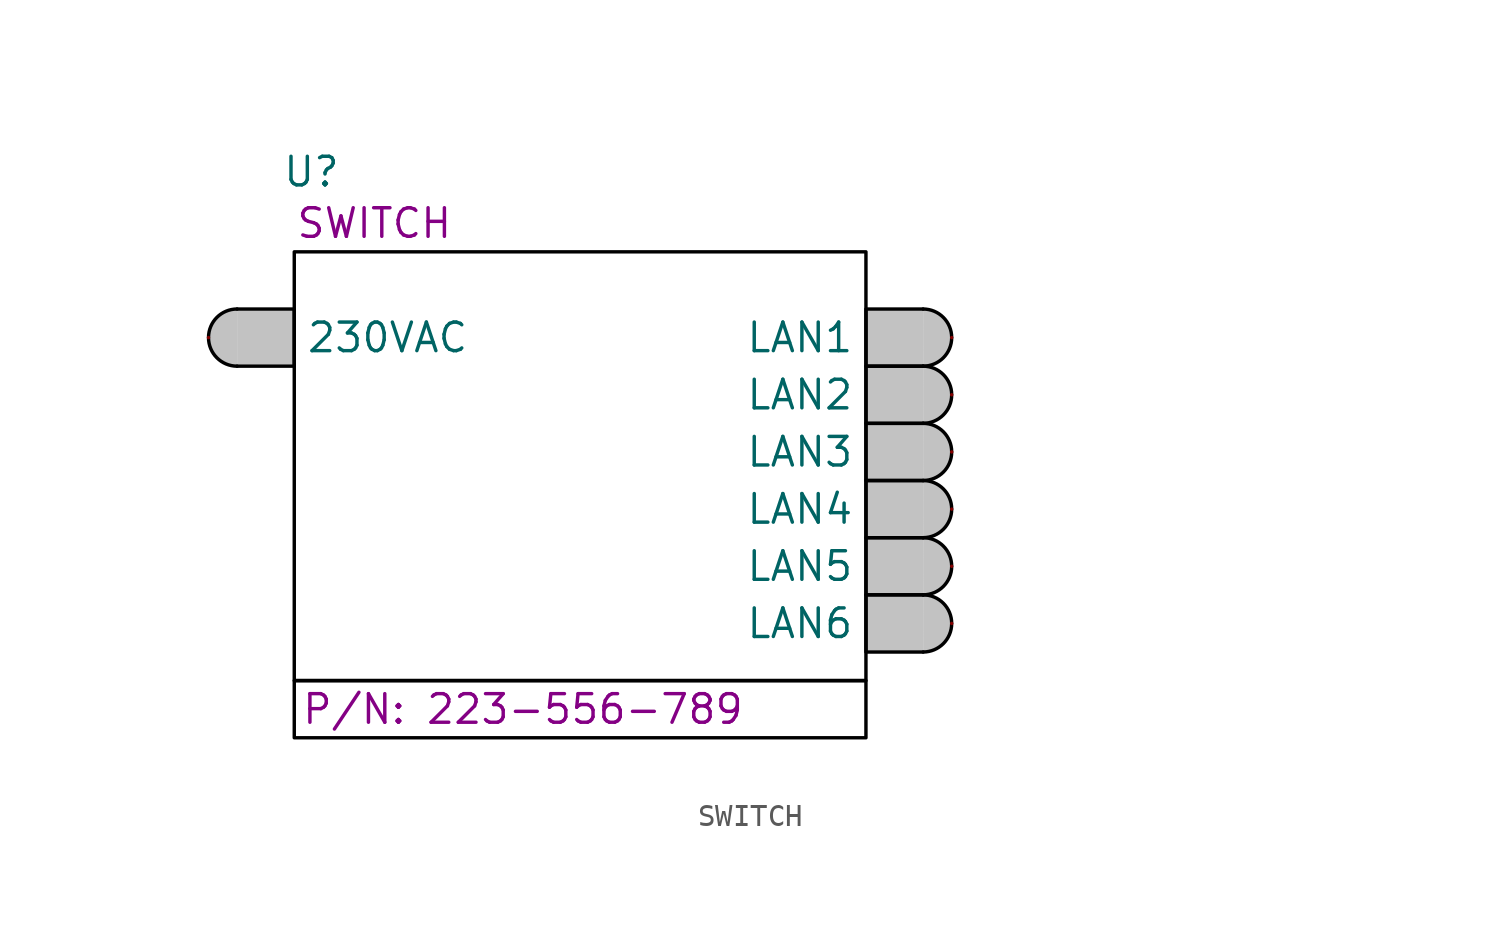
<source format=kicad_sym>
(kicad_symbol_lib
  (version 20231120)
  (generator "kicad_symbol_editor")
  (generator_version "8.0")
  (symbol "SWITCH"
    (pin_numbers hide)
    (pin_names
      (offset 4.318))
    (property "Reference" "U"
      (at -11.938 13.716 0)
      (effects (font (size 1.27 1.27))))
    (property "Value" ""
      (at 31.75 13.97 0)
      (effects (font (size 1.27 1.27))))
    (property "Description" "SWITCH"
      (at -9.144 11.43 0)
      (effects (font (size 1.27 1.27))))
    (property "P/N" "223-556-789"
      (at -2.54 -10.16 0)
      (show_name)
      (effects (font (size 1.27 1.27))))
    (symbol "SWITCH_1_1"
      (arc (start -15.24 7.62) (mid -16.51 6.35) (end -15.24 5.08) (stroke (width 0) (type default) (color 0 0 0 1)) (fill (type color) (color 194 194 194 1)))
      (rectangle (start -12.7 -8.89) (end 12.7 -11.43) (stroke (width 0) (type default) (color 0 0 0 1)) (fill (type none)))
      (rectangle (start -12.7 10.16) (end 12.7 -8.89) (stroke (width 0) (type default) (color 0 0 0 1)) (fill (type none)))
      (polyline (pts (xy -15.24 5.08) (xy -12.7 5.08) (xy -12.7 7.62) (xy -15.24 7.62)) (stroke (width 0) (type default) (color 0 0 0 1)) (fill (type color) (color 194 194 194 1)))
      (polyline (pts (xy 15.24 -5.08) (xy 12.7 -5.08) (xy 12.7 -7.62) (xy 15.24 -7.62)) (stroke (width 0) (type default) (color 0 0 0 1)) (fill (type color) (color 194 194 194 1)))
      (polyline (pts (xy 15.24 -2.54) (xy 12.7 -2.54) (xy 12.7 -5.08) (xy 15.24 -5.08)) (stroke (width 0) (type default) (color 0 0 0 1)) (fill (type color) (color 194 194 194 1)))
      (polyline (pts (xy 15.24 0) (xy 12.7 0) (xy 12.7 -2.54) (xy 15.24 -2.54)) (stroke (width 0) (type default) (color 0 0 0 1)) (fill (type color) (color 194 194 194 1)))
      (polyline (pts (xy 15.24 2.54) (xy 12.7 2.54) (xy 12.7 0) (xy 15.24 0)) (stroke (width 0) (type default) (color 0 0 0 1)) (fill (type color) (color 194 194 194 1)))
      (polyline (pts (xy 15.24 5.08) (xy 12.7 5.08) (xy 12.7 2.54) (xy 15.24 2.54)) (stroke (width 0) (type default) (color 0 0 0 1)) (fill (type color) (color 194 194 194 1)))
      (polyline (pts (xy 15.24 7.62) (xy 12.7 7.62) (xy 12.7 5.08) (xy 15.24 5.08)) (stroke (width 0) (type default) (color 0 0 0 1)) (fill (type color) (color 194 194 194 1)))
      (arc (start 15.24 -7.62) (mid 16.51 -6.35) (end 15.24 -5.08) (stroke (width 0) (type default) (color 0 0 0 1)) (fill (type color) (color 194 194 194 1)))
      (arc (start 15.24 -5.08) (mid 16.51 -3.81) (end 15.24 -2.54) (stroke (width 0) (type default) (color 0 0 0 1)) (fill (type color) (color 194 194 194 1)))
      (arc (start 15.24 -2.54) (mid 16.51 -1.27) (end 15.24 0) (stroke (width 0) (type default) (color 0 0 0 1)) (fill (type color) (color 194 194 194 1)))
      (arc (start 15.24 0) (mid 16.51 1.27) (end 15.24 2.54) (stroke (width 0) (type default) (color 0 0 0 1)) (fill (type color) (color 194 194 194 1)))
      (arc (start 15.24 2.54) (mid 16.51 3.81) (end 15.24 5.08) (stroke (width 0) (type default) (color 0 0 0 1)) (fill (type color) (color 194 194 194 1)))
      (arc (start 15.24 5.08) (mid 16.51 6.35) (end 15.24 7.62) (stroke (width 0) (type default) (color 0 0 0 1)) (fill (type color) (color 194 194 194 1)))
      (pin unspecified line (at -16.51 6.35 0) (length 0) (name "230VAC" (effects (font (size 1.27 1.27)))) (number "1" (effects (font (size 1.27 1.27)))))
      (pin unspecified line (at 16.51 6.35 180) (length 0) (name "LAN1" (effects (font (size 1.27 1.27)))) (number "2" (effects (font (size 1.27 1.27)))))
      (pin unspecified line (at 16.51 3.81 180) (length 0) (name "LAN2" (effects (font (size 1.27 1.27)))) (number "3" (effects (font (size 1.27 1.27)))))
      (pin unspecified line (at 16.51 1.27 180) (length 0) (name "LAN3" (effects (font (size 1.27 1.27)))) (number "4" (effects (font (size 1.27 1.27)))))
      (pin unspecified line (at 16.51 -1.27 180) (length 0) (name "LAN4" (effects (font (size 1.27 1.27)))) (number "5" (effects (font (size 1.27 1.27)))))
      (pin unspecified line (at 16.51 -3.81 180) (length 0) (name "LAN5" (effects (font (size 1.27 1.27)))) (number "6" (effects (font (size 1.27 1.27)))))
      (pin unspecified line (at 16.51 -6.35 180) (length 0) (name "LAN6" (effects (font (size 1.27 1.27)))) (number "7" (effects (font (size 1.27 1.27))))))))
</source>
